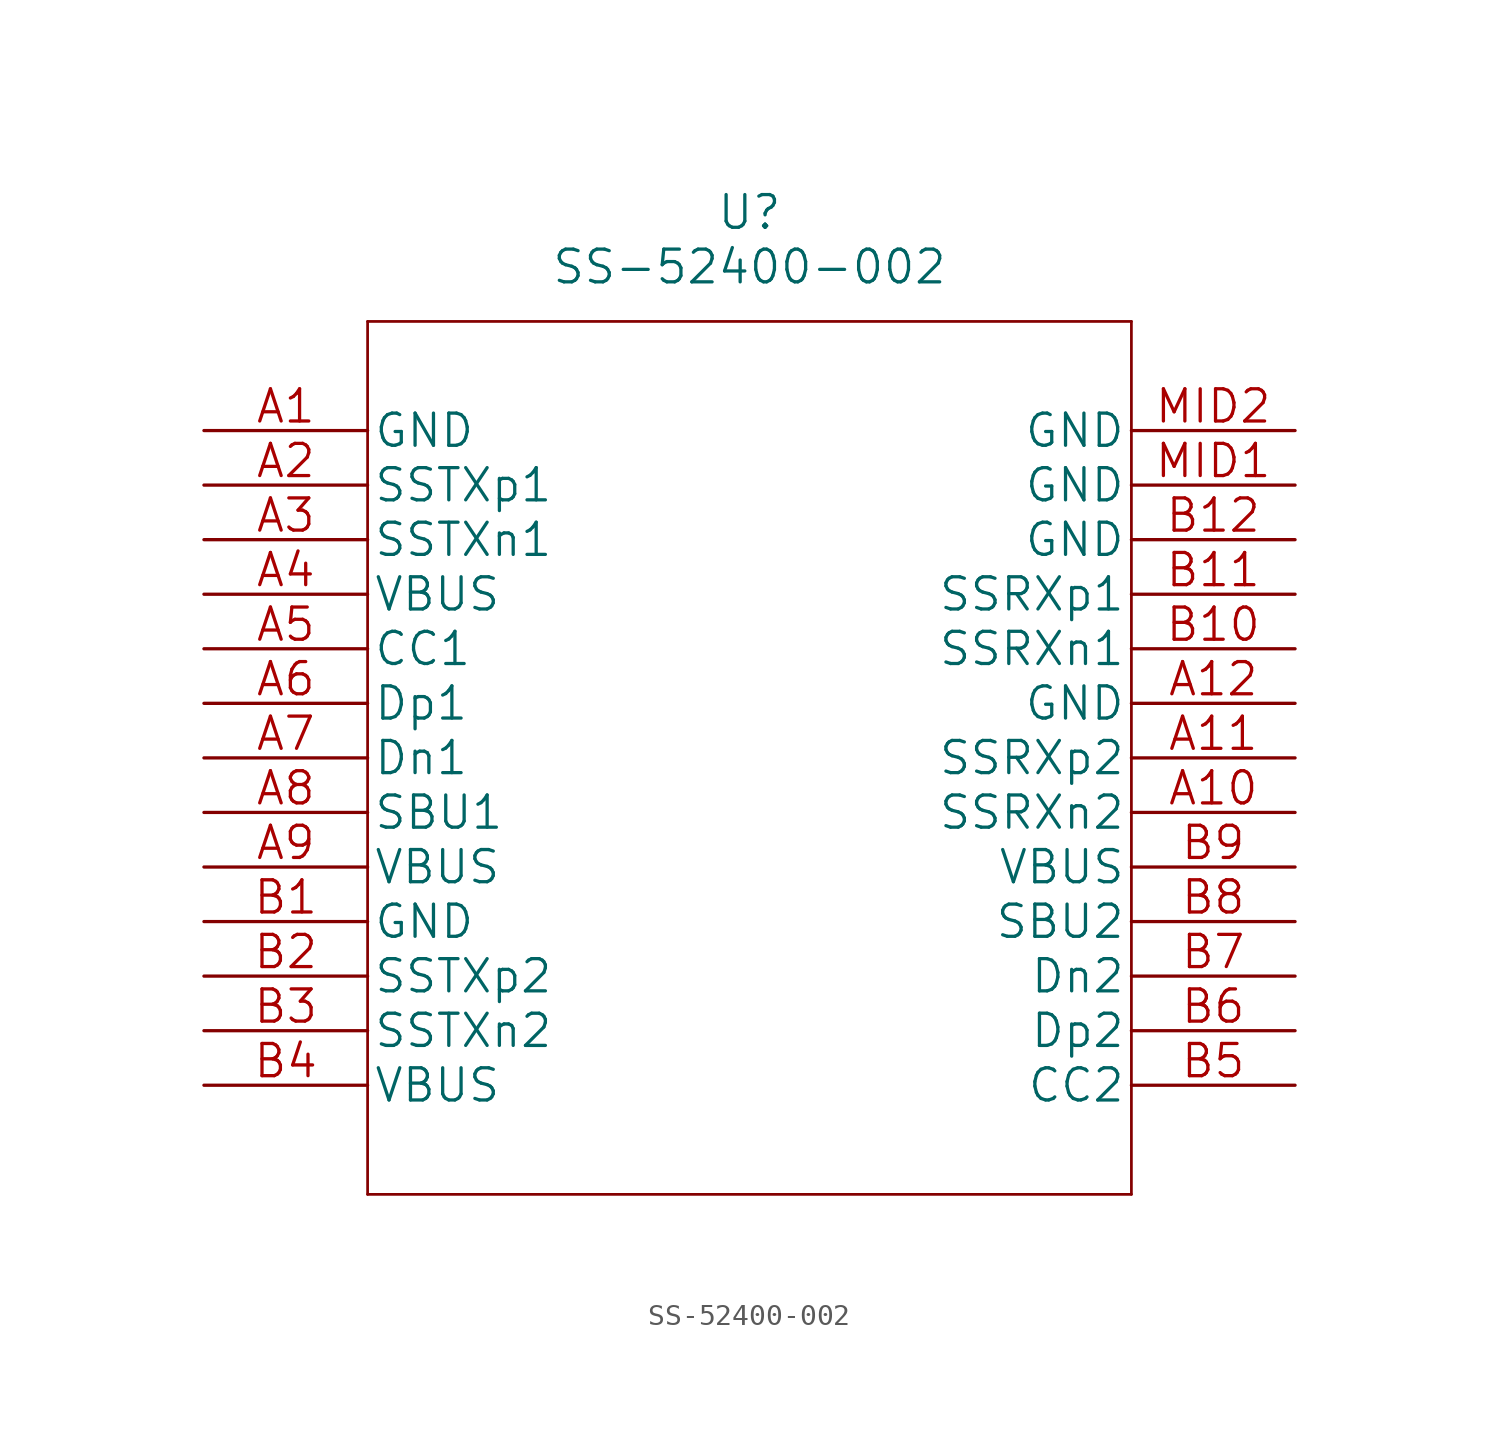
<source format=kicad_sym>
(kicad_symbol_lib
  (version 20211014)
  (generator kicad_symbol_editor)
  (symbol "SS-52400-002"
    (pin_names
      (offset 0.254))
    (property "Reference" "U"
      (at 25.4 10.16 0)
      (effects (font (size 1.524 1.524))))
    (property "Value" "SS-52400-002"
      (at 25.4 7.62 0)
      (effects (font (size 1.524 1.524))))
    (property "Datasheet" ""
      (at 0 0 0)
      (effects (font (size 1.524 1.524))))
    (property "ki_locked" ""
      (at 0 0 0)
      (effects (font (size 1.27 1.27))))
    (symbol "SS-52400-002_1_1"
      (polyline (pts (xy 7.62 -35.56) (xy 43.18 -35.56)) (stroke (width 0.127) (type default) (color 0 0 0 0)) (fill (type none)))
      (polyline (pts (xy 7.62 5.08) (xy 7.62 -35.56)) (stroke (width 0.127) (type default) (color 0 0 0 0)) (fill (type none)))
      (polyline (pts (xy 43.18 -35.56) (xy 43.18 5.08)) (stroke (width 0.127) (type default) (color 0 0 0 0)) (fill (type none)))
      (polyline (pts (xy 43.18 5.08) (xy 7.62 5.08)) (stroke (width 0.127) (type default) (color 0 0 0 0)) (fill (type none)))
      (pin power_in line (at 0 0 0) (length 7.62) (name "GND" (effects (font (size 1.499 1.499)))) (number "A1" (effects (font (size 1.499 1.499)))))
      (pin bidirectional line (at 50.8 -17.78 180) (length 7.62) (name "SSRXn2" (effects (font (size 1.499 1.499)))) (number "A10" (effects (font (size 1.499 1.499)))))
      (pin bidirectional line (at 50.8 -15.24 180) (length 7.62) (name "SSRXp2" (effects (font (size 1.499 1.499)))) (number "A11" (effects (font (size 1.499 1.499)))))
      (pin power_in line (at 50.8 -12.7 180) (length 7.62) (name "GND" (effects (font (size 1.499 1.499)))) (number "A12" (effects (font (size 1.499 1.499)))))
      (pin bidirectional line (at 0 -2.54 0) (length 7.62) (name "SSTXp1" (effects (font (size 1.499 1.499)))) (number "A2" (effects (font (size 1.499 1.499)))))
      (pin bidirectional line (at 0 -5.08 0) (length 7.62) (name "SSTXn1" (effects (font (size 1.499 1.499)))) (number "A3" (effects (font (size 1.499 1.499)))))
      (pin power_in line (at 0 -7.62 0) (length 7.62) (name "VBUS" (effects (font (size 1.499 1.499)))) (number "A4" (effects (font (size 1.499 1.499)))))
      (pin bidirectional line (at 0 -10.16 0) (length 7.62) (name "CC1" (effects (font (size 1.499 1.499)))) (number "A5" (effects (font (size 1.499 1.499)))))
      (pin bidirectional line (at 0 -12.7 0) (length 7.62) (name "Dp1" (effects (font (size 1.499 1.499)))) (number "A6" (effects (font (size 1.499 1.499)))))
      (pin bidirectional line (at 0 -15.24 0) (length 7.62) (name "Dn1" (effects (font (size 1.499 1.499)))) (number "A7" (effects (font (size 1.499 1.499)))))
      (pin bidirectional line (at 0 -17.78 0) (length 7.62) (name "SBU1" (effects (font (size 1.499 1.499)))) (number "A8" (effects (font (size 1.499 1.499)))))
      (pin power_in line (at 0 -20.32 0) (length 7.62) (name "VBUS" (effects (font (size 1.499 1.499)))) (number "A9" (effects (font (size 1.499 1.499)))))
      (pin power_in line (at 0 -22.86 0) (length 7.62) (name "GND" (effects (font (size 1.499 1.499)))) (number "B1" (effects (font (size 1.499 1.499)))))
      (pin bidirectional line (at 50.8 -10.16 180) (length 7.62) (name "SSRXn1" (effects (font (size 1.499 1.499)))) (number "B10" (effects (font (size 1.499 1.499)))))
      (pin bidirectional line (at 50.8 -7.62 180) (length 7.62) (name "SSRXp1" (effects (font (size 1.499 1.499)))) (number "B11" (effects (font (size 1.499 1.499)))))
      (pin power_in line (at 50.8 -5.08 180) (length 7.62) (name "GND" (effects (font (size 1.499 1.499)))) (number "B12" (effects (font (size 1.499 1.499)))))
      (pin bidirectional line (at 0 -25.4 0) (length 7.62) (name "SSTXp2" (effects (font (size 1.499 1.499)))) (number "B2" (effects (font (size 1.499 1.499)))))
      (pin bidirectional line (at 0 -27.94 0) (length 7.62) (name "SSTXn2" (effects (font (size 1.499 1.499)))) (number "B3" (effects (font (size 1.499 1.499)))))
      (pin power_in line (at 0 -30.48 0) (length 7.62) (name "VBUS" (effects (font (size 1.499 1.499)))) (number "B4" (effects (font (size 1.499 1.499)))))
      (pin bidirectional line (at 50.8 -30.48 180) (length 7.62) (name "CC2" (effects (font (size 1.499 1.499)))) (number "B5" (effects (font (size 1.499 1.499)))))
      (pin bidirectional line (at 50.8 -27.94 180) (length 7.62) (name "Dp2" (effects (font (size 1.499 1.499)))) (number "B6" (effects (font (size 1.499 1.499)))))
      (pin bidirectional line (at 50.8 -25.4 180) (length 7.62) (name "Dn2" (effects (font (size 1.499 1.499)))) (number "B7" (effects (font (size 1.499 1.499)))))
      (pin bidirectional line (at 50.8 -22.86 180) (length 7.62) (name "SBU2" (effects (font (size 1.499 1.499)))) (number "B8" (effects (font (size 1.499 1.499)))))
      (pin power_in line (at 50.8 -20.32 180) (length 7.62) (name "VBUS" (effects (font (size 1.499 1.499)))) (number "B9" (effects (font (size 1.499 1.499)))))
      (pin power_in line (at 50.8 -2.54 180) (length 7.62) (name "GND" (effects (font (size 1.499 1.499)))) (number "MID1" (effects (font (size 1.499 1.499)))))
      (pin power_in line (at 50.8 0 180) (length 7.62) (name "GND" (effects (font (size 1.499 1.499)))) (number "MID2" (effects (font (size 1.499 1.499))))))))
</source>
